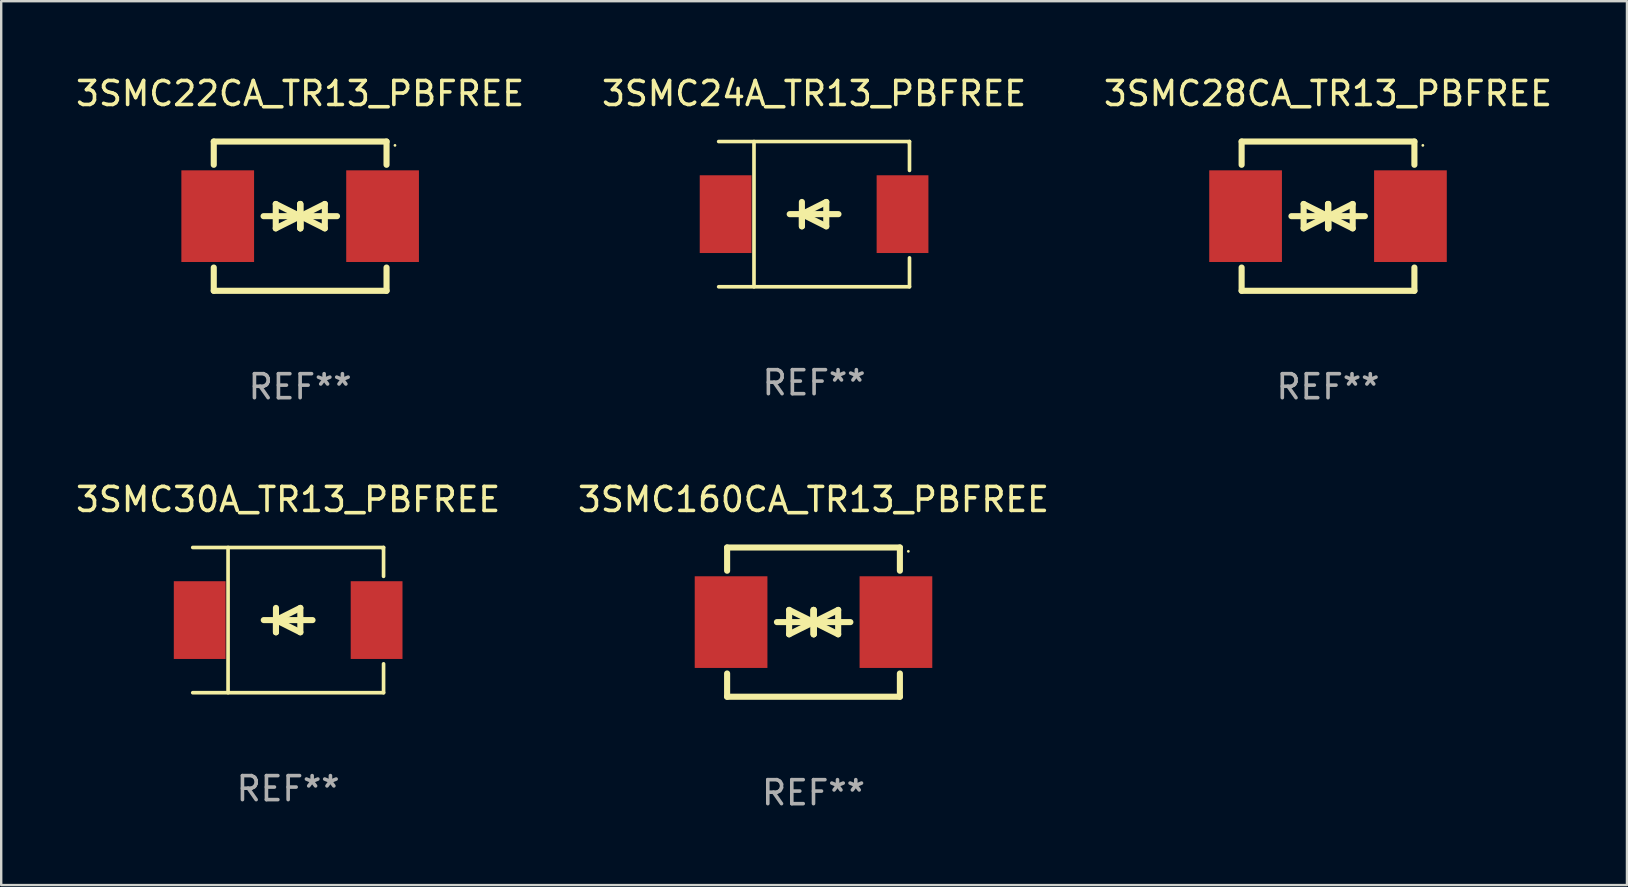
<source format=kicad_pcb>
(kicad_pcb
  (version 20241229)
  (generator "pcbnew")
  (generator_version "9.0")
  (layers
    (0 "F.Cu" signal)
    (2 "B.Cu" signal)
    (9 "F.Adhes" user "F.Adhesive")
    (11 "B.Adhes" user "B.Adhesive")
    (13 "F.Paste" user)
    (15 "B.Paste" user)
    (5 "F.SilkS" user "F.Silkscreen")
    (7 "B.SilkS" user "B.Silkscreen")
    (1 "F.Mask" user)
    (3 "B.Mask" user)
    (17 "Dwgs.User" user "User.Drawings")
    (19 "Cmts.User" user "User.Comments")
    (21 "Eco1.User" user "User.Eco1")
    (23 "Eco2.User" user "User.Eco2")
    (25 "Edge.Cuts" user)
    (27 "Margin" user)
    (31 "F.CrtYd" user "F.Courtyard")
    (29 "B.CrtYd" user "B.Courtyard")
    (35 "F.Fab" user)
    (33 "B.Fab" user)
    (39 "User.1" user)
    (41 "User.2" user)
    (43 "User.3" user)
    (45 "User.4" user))
  (footprint "3SMC28CA_TR13_PBFREE"
    (layer "F.Cu")
    (at 52.292 5.958)
    (property "Reference" "3SMC28CA_TR13_PBFREE" (at 0 -5.11 0) (layer "F.SilkS") (effects (font (size 1 1) (thickness 0.15))))
    (attr through_hole)
    (fp_line (start -3.6 -2.141) (end -3.6 -3.11) (stroke (width 0.254) (type solid)) (layer "F.SilkS"))
    (fp_line (start -3.6 3.11) (end -3.6 2.141) (stroke (width 0.254) (type solid)) (layer "F.SilkS"))
    (fp_line (start -1.524 0) (end 0.508 0) (stroke (width 0.254) (type solid)) (layer "F.SilkS"))
    (fp_line (start -1.016 -0.508) (end -1.016 0.508) (stroke (width 0.254) (type solid)) (layer "F.SilkS"))
    (fp_line (start -1.016 0.508) (end 0 0) (stroke (width 0.254) (type solid)) (layer "F.SilkS"))
    (fp_line (start 0 -0.508) (end 0 0.508) (stroke (width 0.254) (type solid)) (layer "F.SilkS"))
    (fp_line (start 0 0) (end -1.016 -0.508) (stroke (width 0.254) (type solid)) (layer "F.SilkS"))
    (fp_line (start 0 0) (end 0 -0.508) (stroke (width 0.254) (type solid)) (layer "F.SilkS"))
    (fp_line (start 0.012 0) (end 0.012 0.508) (stroke (width 0.254) (type solid)) (layer "F.SilkS"))
    (fp_line (start 0.012 0) (end 1.028 0.508) (stroke (width 0.254) (type solid)) (layer "F.SilkS"))
    (fp_line (start 0.012 0.508) (end 0.012 -0.508) (stroke (width 0.254) (type solid)) (layer "F.SilkS"))
    (fp_line (start 1.028 -0.508) (end 0.012 0) (stroke (width 0.254) (type solid)) (layer "F.SilkS"))
    (fp_line (start 1.028 0.508) (end 1.028 -0.508) (stroke (width 0.254) (type solid)) (layer "F.SilkS"))
    (fp_line (start 1.536 0) (end -0.496 0) (stroke (width 0.254) (type solid)) (layer "F.SilkS"))
    (fp_line (start 3.6 -3.11) (end -3.6 -3.11) (stroke (width 0.254) (type solid)) (layer "F.SilkS"))
    (fp_line (start 3.6 -2.141) (end 3.6 -3.11) (stroke (width 0.254) (type solid)) (layer "F.SilkS"))
    (fp_line (start 3.6 3.11) (end -3.6 3.11) (stroke (width 0.254) (type solid)) (layer "F.SilkS"))
    (fp_line (start 3.6 3.11) (end 3.6 2.141) (stroke (width 0.254) (type solid)) (layer "F.SilkS"))
    (fp_circle (center 3.952 -2.95) (end 3.982 -2.95) (stroke (width 0.06) (type solid)) (fill no) (layer "F.SilkS"))
    (fp_text user "REF**" (at 0 7.11 0) (layer "F.Fab") (effects (font (size 1 1) (thickness 0.15))))
    (pad "1" smd rect (at 3.435 0) (size 3.03 3.82) (layers "F.Cu" "F.Mask" "F.Paste"))
    (pad "2" smd rect (at -3.435 0) (size 3.03 3.82) (layers "F.Cu" "F.Mask" "F.Paste")))
  (footprint "3SMC24A_TR13_PBFREE"
    (layer "F.Cu")
    (at 30.875 5.874)
    (property "Reference" "3SMC24A_TR13_PBFREE" (at 0 -5.026 0) (layer "F.SilkS") (effects (font (size 1 1) (thickness 0.15))))
    (attr through_hole)
    (fp_line (start -3.976 -3.026) (end 3.976 -3.026) (stroke (width 0.152) (type solid)) (layer "F.SilkS"))
    (fp_line (start -3.976 3.026) (end 3.976 3.026) (stroke (width 0.152) (type solid)) (layer "F.SilkS"))
    (fp_line (start -2.504 -3.026) (end -2.504 3.026) (stroke (width 0.152) (type solid)) (layer "F.SilkS"))
    (fp_line (start -0.508 0) (end -0.508 0.508) (stroke (width 0.254) (type solid)) (layer "F.SilkS"))
    (fp_line (start -0.508 0) (end 0.508 0.508) (stroke (width 0.254) (type solid)) (layer "F.SilkS"))
    (fp_line (start -0.508 0.508) (end -0.508 -0.508) (stroke (width 0.254) (type solid)) (layer "F.SilkS"))
    (fp_line (start 0.508 -0.508) (end -0.508 0) (stroke (width 0.254) (type solid)) (layer "F.SilkS"))
    (fp_line (start 0.508 0.508) (end 0.508 -0.508) (stroke (width 0.254) (type solid)) (layer "F.SilkS"))
    (fp_line (start 1.016 0) (end -1.016 0) (stroke (width 0.254) (type solid)) (layer "F.SilkS"))
    (fp_line (start 3.976 -3.026) (end 3.976 -1.823) (stroke (width 0.152) (type solid)) (layer "F.SilkS"))
    (fp_line (start 3.976 3.026) (end 3.976 1.823) (stroke (width 0.152) (type solid)) (layer "F.SilkS"))
    (fp_circle (center 3.95 -2.95) (end 3.98 -2.95) (stroke (width 0.06) (type solid)) (fill no) (layer "F.SilkS"))
    (fp_text user "REF**" (at 0 7.026 0) (layer "F.Fab") (effects (font (size 1 1) (thickness 0.15))))
    (pad "1" smd rect (at 3.686 0 180) (size 2.158 3.24) (layers "F.Cu" "F.Mask" "F.Paste"))
    (pad "2" smd rect (at -3.686 0 180) (size 2.158 3.24) (layers "F.Cu" "F.Mask" "F.Paste")))
  (footprint "3SMC160CA_TR13_PBFREE"
    (layer "F.Cu")
    (at 30.851 22.875)
    (property "Reference" "3SMC160CA_TR13_PBFREE" (at 0 -5.11 0) (layer "F.SilkS") (effects (font (size 1 1) (thickness 0.15))))
    (attr through_hole)
    (fp_line (start -3.6 -2.141) (end -3.6 -3.11) (stroke (width 0.254) (type solid)) (layer "F.SilkS"))
    (fp_line (start -3.6 3.11) (end -3.6 2.141) (stroke (width 0.254) (type solid)) (layer "F.SilkS"))
    (fp_line (start -1.524 0) (end 0.508 0) (stroke (width 0.254) (type solid)) (layer "F.SilkS"))
    (fp_line (start -1.016 -0.508) (end -1.016 0.508) (stroke (width 0.254) (type solid)) (layer "F.SilkS"))
    (fp_line (start -1.016 0.508) (end 0 0) (stroke (width 0.254) (type solid)) (layer "F.SilkS"))
    (fp_line (start 0 -0.508) (end 0 0.508) (stroke (width 0.254) (type solid)) (layer "F.SilkS"))
    (fp_line (start 0 0) (end -1.016 -0.508) (stroke (width 0.254) (type solid)) (layer "F.SilkS"))
    (fp_line (start 0 0) (end 0 -0.508) (stroke (width 0.254) (type solid)) (layer "F.SilkS"))
    (fp_line (start 0.012 0) (end 0.012 0.508) (stroke (width 0.254) (type solid)) (layer "F.SilkS"))
    (fp_line (start 0.012 0) (end 1.028 0.508) (stroke (width 0.254) (type solid)) (layer "F.SilkS"))
    (fp_line (start 0.012 0.508) (end 0.012 -0.508) (stroke (width 0.254) (type solid)) (layer "F.SilkS"))
    (fp_line (start 1.028 -0.508) (end 0.012 0) (stroke (width 0.254) (type solid)) (layer "F.SilkS"))
    (fp_line (start 1.028 0.508) (end 1.028 -0.508) (stroke (width 0.254) (type solid)) (layer "F.SilkS"))
    (fp_line (start 1.536 0) (end -0.496 0) (stroke (width 0.254) (type solid)) (layer "F.SilkS"))
    (fp_line (start 3.6 -3.11) (end -3.6 -3.11) (stroke (width 0.254) (type solid)) (layer "F.SilkS"))
    (fp_line (start 3.6 -2.141) (end 3.6 -3.11) (stroke (width 0.254) (type solid)) (layer "F.SilkS"))
    (fp_line (start 3.6 3.11) (end -3.6 3.11) (stroke (width 0.254) (type solid)) (layer "F.SilkS"))
    (fp_line (start 3.6 3.11) (end 3.6 2.141) (stroke (width 0.254) (type solid)) (layer "F.SilkS"))
    (fp_circle (center 3.952 -2.95) (end 3.982 -2.95) (stroke (width 0.06) (type solid)) (fill no) (layer "F.SilkS"))
    (fp_text user "REF**" (at 0 7.11 0) (layer "F.Fab") (effects (font (size 1 1) (thickness 0.15))))
    (pad "1" smd rect (at 3.435 0) (size 3.03 3.82) (layers "F.Cu" "F.Mask" "F.Paste"))
    (pad "2" smd rect (at -3.435 0) (size 3.03 3.82) (layers "F.Cu" "F.Mask" "F.Paste")))
  (footprint "3SMC30A_TR13_PBFREE"
    (layer "F.Cu")
    (at 8.958 22.791)
    (property "Reference" "3SMC30A_TR13_PBFREE" (at 0 -5.026 0) (layer "F.SilkS") (effects (font (size 1 1) (thickness 0.15))))
    (attr through_hole)
    (fp_line (start -3.976 -3.026) (end 3.976 -3.026) (stroke (width 0.152) (type solid)) (layer "F.SilkS"))
    (fp_line (start -3.976 3.026) (end 3.976 3.026) (stroke (width 0.152) (type solid)) (layer "F.SilkS"))
    (fp_line (start -2.504 -3.026) (end -2.504 3.026) (stroke (width 0.152) (type solid)) (layer "F.SilkS"))
    (fp_line (start -0.508 0) (end -0.508 0.508) (stroke (width 0.254) (type solid)) (layer "F.SilkS"))
    (fp_line (start -0.508 0) (end 0.508 0.508) (stroke (width 0.254) (type solid)) (layer "F.SilkS"))
    (fp_line (start -0.508 0.508) (end -0.508 -0.508) (stroke (width 0.254) (type solid)) (layer "F.SilkS"))
    (fp_line (start 0.508 -0.508) (end -0.508 0) (stroke (width 0.254) (type solid)) (layer "F.SilkS"))
    (fp_line (start 0.508 0.508) (end 0.508 -0.508) (stroke (width 0.254) (type solid)) (layer "F.SilkS"))
    (fp_line (start 1.016 0) (end -1.016 0) (stroke (width 0.254) (type solid)) (layer "F.SilkS"))
    (fp_line (start 3.976 -3.026) (end 3.976 -1.823) (stroke (width 0.152) (type solid)) (layer "F.SilkS"))
    (fp_line (start 3.976 3.026) (end 3.976 1.823) (stroke (width 0.152) (type solid)) (layer "F.SilkS"))
    (fp_circle (center 3.95 -2.95) (end 3.98 -2.95) (stroke (width 0.06) (type solid)) (fill no) (layer "F.SilkS"))
    (fp_text user "REF**" (at 0 7.026 0) (layer "F.Fab") (effects (font (size 1 1) (thickness 0.15))))
    (pad "1" smd rect (at 3.686 0 180) (size 2.158 3.24) (layers "F.Cu" "F.Mask" "F.Paste"))
    (pad "2" smd rect (at -3.686 0 180) (size 2.158 3.24) (layers "F.Cu" "F.Mask" "F.Paste")))
  (footprint "3SMC22CA_TR13_PBFREE"
    (layer "F.Cu")
    (at 9.458 5.958)
    (property "Reference" "3SMC22CA_TR13_PBFREE" (at 0 -5.11 0) (layer "F.SilkS") (effects (font (size 1 1) (thickness 0.15))))
    (attr through_hole)
    (fp_line (start -3.6 -2.141) (end -3.6 -3.11) (stroke (width 0.254) (type solid)) (layer "F.SilkS"))
    (fp_line (start -3.6 3.11) (end -3.6 2.141) (stroke (width 0.254) (type solid)) (layer "F.SilkS"))
    (fp_line (start -1.524 0) (end 0.508 0) (stroke (width 0.254) (type solid)) (layer "F.SilkS"))
    (fp_line (start -1.016 -0.508) (end -1.016 0.508) (stroke (width 0.254) (type solid)) (layer "F.SilkS"))
    (fp_line (start -1.016 0.508) (end 0 0) (stroke (width 0.254) (type solid)) (layer "F.SilkS"))
    (fp_line (start 0 -0.508) (end 0 0.508) (stroke (width 0.254) (type solid)) (layer "F.SilkS"))
    (fp_line (start 0 0) (end -1.016 -0.508) (stroke (width 0.254) (type solid)) (layer "F.SilkS"))
    (fp_line (start 0 0) (end 0 -0.508) (stroke (width 0.254) (type solid)) (layer "F.SilkS"))
    (fp_line (start 0.012 0) (end 0.012 0.508) (stroke (width 0.254) (type solid)) (layer "F.SilkS"))
    (fp_line (start 0.012 0) (end 1.028 0.508) (stroke (width 0.254) (type solid)) (layer "F.SilkS"))
    (fp_line (start 0.012 0.508) (end 0.012 -0.508) (stroke (width 0.254) (type solid)) (layer "F.SilkS"))
    (fp_line (start 1.028 -0.508) (end 0.012 0) (stroke (width 0.254) (type solid)) (layer "F.SilkS"))
    (fp_line (start 1.028 0.508) (end 1.028 -0.508) (stroke (width 0.254) (type solid)) (layer "F.SilkS"))
    (fp_line (start 1.536 0) (end -0.496 0) (stroke (width 0.254) (type solid)) (layer "F.SilkS"))
    (fp_line (start 3.6 -3.11) (end -3.6 -3.11) (stroke (width 0.254) (type solid)) (layer "F.SilkS"))
    (fp_line (start 3.6 -2.141) (end 3.6 -3.11) (stroke (width 0.254) (type solid)) (layer "F.SilkS"))
    (fp_line (start 3.6 3.11) (end -3.6 3.11) (stroke (width 0.254) (type solid)) (layer "F.SilkS"))
    (fp_line (start 3.6 3.11) (end 3.6 2.141) (stroke (width 0.254) (type solid)) (layer "F.SilkS"))
    (fp_circle (center 3.952 -2.95) (end 3.982 -2.95) (stroke (width 0.06) (type solid)) (fill no) (layer "F.SilkS"))
    (fp_text user "REF**" (at 0 7.11 0) (layer "F.Fab") (effects (font (size 1 1) (thickness 0.15))))
    (pad "1" smd rect (at 3.435 0) (size 3.03 3.82) (layers "F.Cu" "F.Mask" "F.Paste"))
    (pad "2" smd rect (at -3.435 0) (size 3.03 3.82) (layers "F.Cu" "F.Mask" "F.Paste")))
  (gr_rect
    (start -3 -3)
    (end 64.75 33.833)
    (stroke (width 0.1) (type default))
    (fill no)
    (layer "Edge.Cuts")))
</source>
